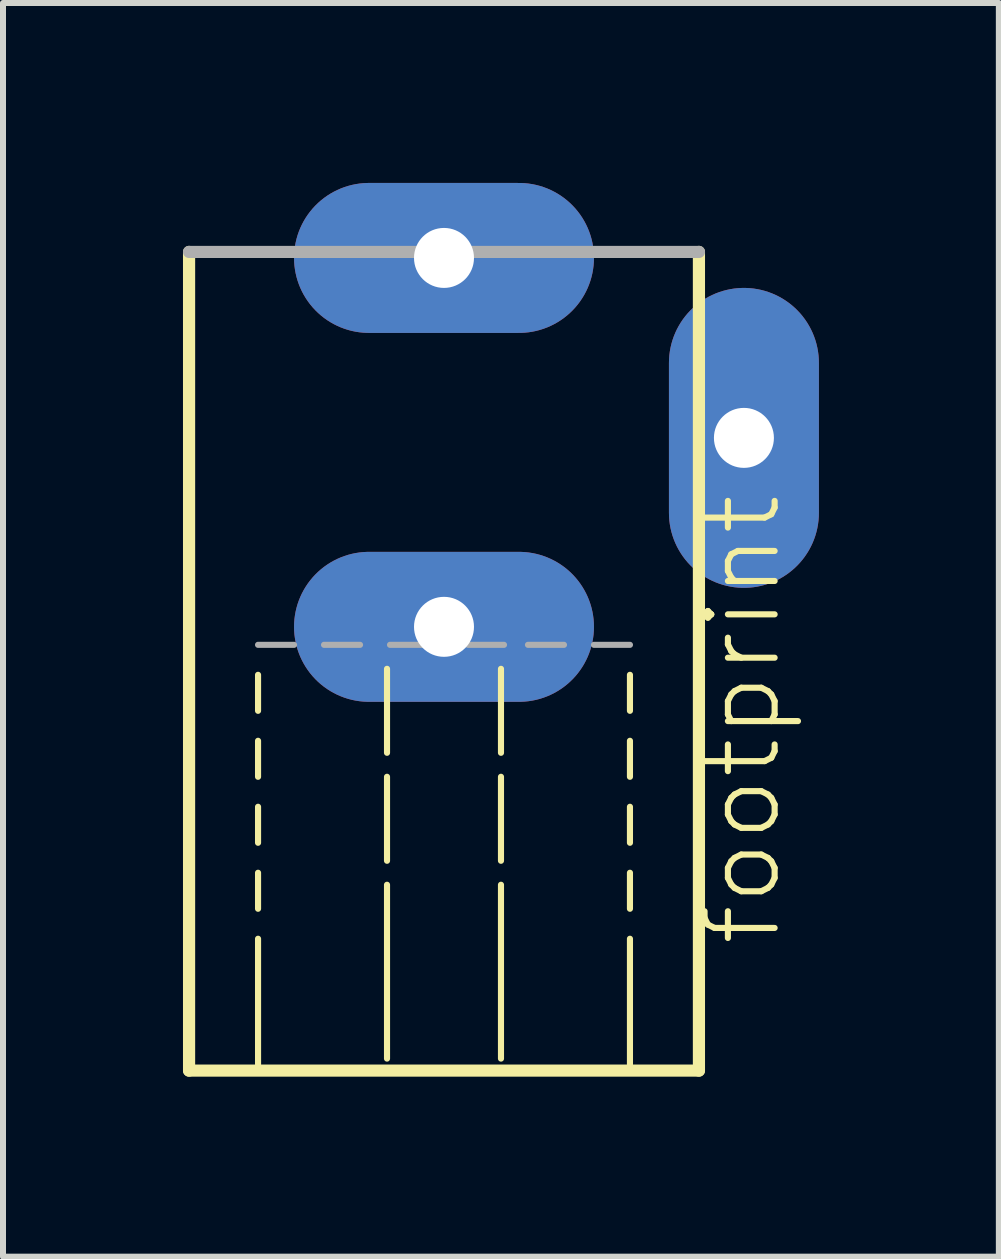
<source format=kicad_pcb>
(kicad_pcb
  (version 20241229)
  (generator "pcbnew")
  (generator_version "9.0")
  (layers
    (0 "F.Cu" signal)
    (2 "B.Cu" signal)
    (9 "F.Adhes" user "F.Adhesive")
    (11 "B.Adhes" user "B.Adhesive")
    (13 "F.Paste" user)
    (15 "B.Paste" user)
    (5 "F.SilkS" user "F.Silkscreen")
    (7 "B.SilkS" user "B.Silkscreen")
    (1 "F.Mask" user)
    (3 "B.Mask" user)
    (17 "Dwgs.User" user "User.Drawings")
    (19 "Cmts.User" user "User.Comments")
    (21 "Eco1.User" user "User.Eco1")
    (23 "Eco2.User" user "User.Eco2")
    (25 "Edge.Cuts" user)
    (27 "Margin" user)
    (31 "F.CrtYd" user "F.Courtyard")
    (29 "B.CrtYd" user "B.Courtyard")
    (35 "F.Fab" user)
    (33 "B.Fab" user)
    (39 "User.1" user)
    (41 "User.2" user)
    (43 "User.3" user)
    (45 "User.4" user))
  (footprint "footprint"
    (layer "F.Cu")
    (at 4.352 9.82)
    (property "Reference" "footprint" (at 5.66 2.945 90) (layer "F.SilkS") (effects (font (size 1.168 1.168) (thickness 0.102)) (justify left bottom)))
    (fp_line (start -4.25 -8.67) (end -4.25 4.978) (stroke (width 0.203) (type solid)) (layer "F.SilkS"))
    (fp_line (start -4.25 4.978) (end 4.25 4.978) (stroke (width 0.203) (type solid)) (layer "F.SilkS"))
    (fp_line (start -3.1 -1.02) (end -3.1 -1.62) (stroke (width 0.102) (type solid)) (layer "F.SilkS"))
    (fp_line (start -3.1 0.08) (end -3.1 -0.52) (stroke (width 0.102) (type solid)) (layer "F.SilkS"))
    (fp_line (start -3.1 1.18) (end -3.1 0.58) (stroke (width 0.102) (type solid)) (layer "F.SilkS"))
    (fp_line (start -3.1 2.28) (end -3.1 1.68) (stroke (width 0.102) (type solid)) (layer "F.SilkS"))
    (fp_line (start -3.1 4.878) (end -3.1 2.78) (stroke (width 0.102) (type solid)) (layer "F.SilkS"))
    (fp_line (start -0.95 -0.32) (end -0.95 -1.72) (stroke (width 0.102) (type solid)) (layer "F.SilkS"))
    (fp_line (start -0.95 1.48) (end -0.95 0.08) (stroke (width 0.102) (type solid)) (layer "F.SilkS"))
    (fp_line (start -0.95 4.778) (end -0.95 1.88) (stroke (width 0.102) (type solid)) (layer "F.SilkS"))
    (fp_line (start 0.95 -0.32) (end 0.95 -1.72) (stroke (width 0.102) (type solid)) (layer "F.SilkS"))
    (fp_line (start 0.95 1.48) (end 0.95 0.08) (stroke (width 0.102) (type solid)) (layer "F.SilkS"))
    (fp_line (start 0.95 4.778) (end 0.95 1.88) (stroke (width 0.102) (type solid)) (layer "F.SilkS"))
    (fp_line (start 3.1 -1.02) (end 3.1 -1.62) (stroke (width 0.102) (type solid)) (layer "F.SilkS"))
    (fp_line (start 3.1 0.08) (end 3.1 -0.52) (stroke (width 0.102) (type solid)) (layer "F.SilkS"))
    (fp_line (start 3.1 1.18) (end 3.1 0.58) (stroke (width 0.102) (type solid)) (layer "F.SilkS"))
    (fp_line (start 3.1 2.28) (end 3.1 1.68) (stroke (width 0.102) (type solid)) (layer "F.SilkS"))
    (fp_line (start 3.1 4.878) (end 3.1 2.78) (stroke (width 0.102) (type solid)) (layer "F.SilkS"))
    (fp_line (start 4.25 4.978) (end 4.25 -8.67) (stroke (width 0.203) (type solid)) (layer "F.SilkS"))
    (fp_line (start -2.5 -2.12) (end -3.1 -2.12) (stroke (width 0.102) (type solid)) (layer "F.Fab"))
    (fp_line (start -1.4 -2.12) (end -2 -2.12) (stroke (width 0.102) (type solid)) (layer "F.Fab"))
    (fp_line (start -0.3 -2.12) (end -0.9 -2.12) (stroke (width 0.102) (type solid)) (layer "F.Fab"))
    (fp_line (start 1 -2.12) (end 0.4 -2.12) (stroke (width 0.102) (type solid)) (layer "F.Fab"))
    (fp_line (start 2 -2.12) (end 1.4 -2.12) (stroke (width 0.102) (type solid)) (layer "F.Fab"))
    (fp_line (start 3.1 -2.12) (end 2.5 -2.12) (stroke (width 0.102) (type solid)) (layer "F.Fab"))
    (fp_line (start 4.25 -8.67) (end -4.25 -8.67) (stroke (width 0.203) (type solid)) (layer "F.Fab"))
    (pad "1" thru_hole oval (at 0 -8.57) (size 5 2.5) (drill 1) (layers "*.Cu" "*.Mask"))
    (pad "2" thru_hole oval (at 0 -2.42) (size 5 2.5) (drill 1) (layers "*.Cu" "*.Mask"))
    (pad "3" thru_hole oval (at 5 -5.57 90) (size 5 2.5) (drill 1) (layers "*.Cu" "*.Mask")))
  (gr_rect
    (start -3 -3)
    (end 13.602 17.9)
    (stroke (width 0.1) (type default))
    (fill no)
    (layer "Edge.Cuts")))
</source>
